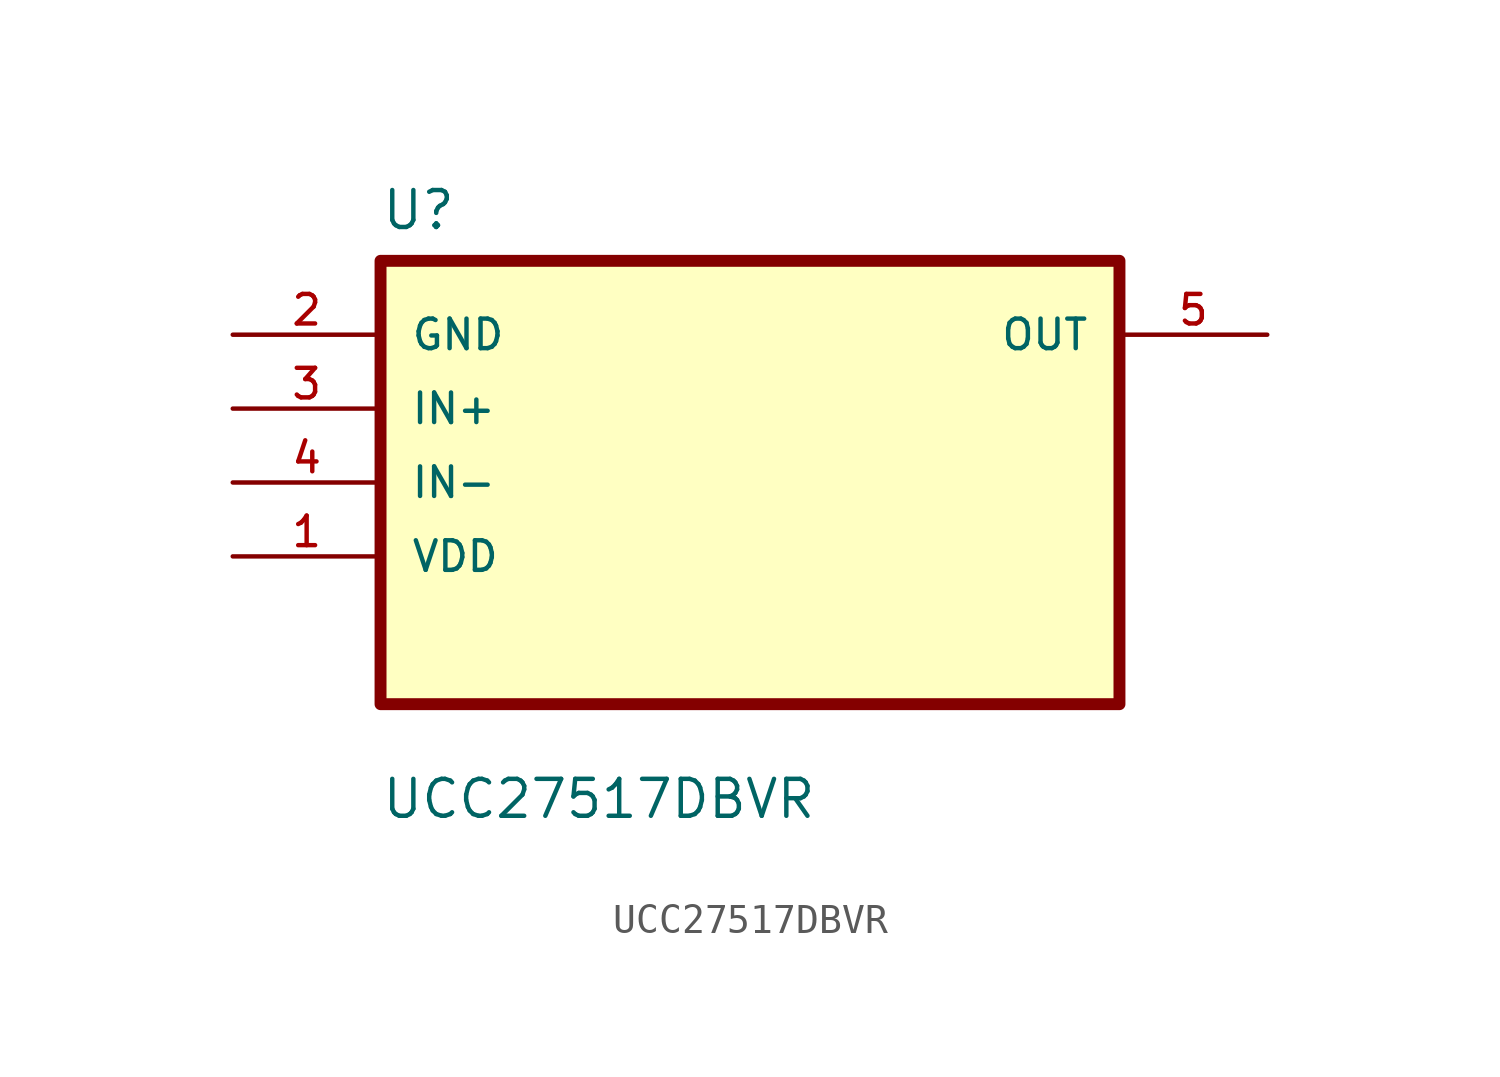
<source format=kicad_sym>
(kicad_symbol_lib
  (version 20211014)
  (generator kicad_symbol_editor)
  (symbol "UCC27517DBVR"
    (pin_names
      (offset 1.016))
    (property "Reference" "U"
      (at -12.7 8.62 0.0)
      (effects (font (size 1.27 1.27)) (justify bottom left)))
    (property "Value" "UCC27517DBVR"
      (at -12.7 -11.62 0.0)
      (effects (font (size 1.27 1.27)) (justify bottom left)))
    (symbol "UCC27517DBVR_0_0"
      (rectangle (start -12.7 -7.62) (end 12.7 7.62) (stroke (width 0.41)) (fill (type background)))
      (pin input line (at -17.78 5.08 0) (length 5.08) (name "GND" (effects (font (size 1.016 1.016)))) (number "2" (effects (font (size 1.016 1.016)))))
      (pin input line (at -17.78 2.54 0) (length 5.08) (name "IN+" (effects (font (size 1.016 1.016)))) (number "3" (effects (font (size 1.016 1.016)))))
      (pin input line (at -17.78 0.0 0) (length 5.08) (name "IN-" (effects (font (size 1.016 1.016)))) (number "4" (effects (font (size 1.016 1.016)))))
      (pin input line (at -17.78 -2.54 0) (length 5.08) (name "VDD" (effects (font (size 1.016 1.016)))) (number "1" (effects (font (size 1.016 1.016)))))
      (pin output line (at 17.78 5.08 180.0) (length 5.08) (name "OUT" (effects (font (size 1.016 1.016)))) (number "5" (effects (font (size 1.016 1.016))))))))
</source>
